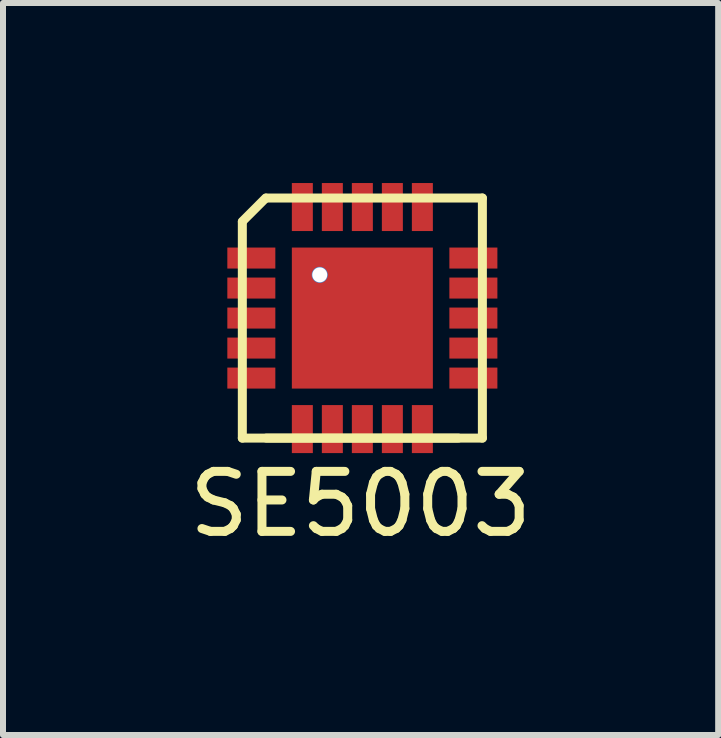
<source format=kicad_pcb>
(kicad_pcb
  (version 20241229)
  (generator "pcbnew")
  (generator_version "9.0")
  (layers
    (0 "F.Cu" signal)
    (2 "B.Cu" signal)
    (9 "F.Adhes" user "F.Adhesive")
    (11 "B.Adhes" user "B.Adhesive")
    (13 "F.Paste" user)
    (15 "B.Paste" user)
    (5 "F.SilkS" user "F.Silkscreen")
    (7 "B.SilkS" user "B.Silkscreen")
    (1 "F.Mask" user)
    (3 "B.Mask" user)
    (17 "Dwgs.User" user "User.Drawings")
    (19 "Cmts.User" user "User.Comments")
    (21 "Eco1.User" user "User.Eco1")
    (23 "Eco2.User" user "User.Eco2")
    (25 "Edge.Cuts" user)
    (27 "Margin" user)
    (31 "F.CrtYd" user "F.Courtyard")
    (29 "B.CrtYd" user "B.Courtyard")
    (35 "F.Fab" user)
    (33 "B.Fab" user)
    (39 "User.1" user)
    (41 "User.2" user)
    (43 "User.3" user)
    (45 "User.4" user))
  (footprint "SE5003"
    (layer "F.Cu")
    (at 2.988 2.25)
    (property "Reference" "SE5003" (at -0.03 3.1 0) (layer "F.SilkS") (effects (font (size 1 1) (thickness 0.15))))
    (attr through_hole)
    (fp_line (start -2 -1.61) (end -1.61 -2) (stroke (width 0.15) (type solid)) (layer "F.SilkS"))
    (fp_line (start -2 2) (end -2 -1.6) (stroke (width 0.15) (type solid)) (layer "F.SilkS"))
    (fp_line (start -2 2) (end 2 2) (stroke (width 0.15) (type solid)) (layer "F.SilkS"))
    (fp_line (start -1.6 -2) (end 2 -2) (stroke (width 0.15) (type solid)) (layer "F.SilkS"))
    (fp_line (start -1.6 2) (end 1.6 2) (stroke (width 0.15) (type solid)) (layer "F.SilkS"))
    (fp_line (start 2 -2) (end 2 2) (stroke (width 0.15) (type solid)) (layer "F.SilkS"))
    (pad "1" smd rect (at -1.85 -1 90) (size 0.35 0.8) (layers "F.Cu" "F.Mask" "F.Paste"))
    (pad "2" smd rect (at -1.85 -0.5 90) (size 0.35 0.8) (layers "F.Cu" "F.Mask" "F.Paste"))
    (pad "2" smd rect (at 0 0) (size 2.35 2.35) (layers "F.Cu" "F.Mask" "F.Paste"))
    (pad "3" smd rect (at -1.85 0 90) (size 0.35 0.8) (layers "F.Cu" "F.Mask" "F.Paste"))
    (pad "4" smd rect (at -1.85 0.5 90) (size 0.35 0.8) (layers "F.Cu" "F.Mask" "F.Paste"))
    (pad "5" smd rect (at -1.85 1 90) (size 0.35 0.8) (layers "F.Cu" "F.Mask" "F.Paste"))
    (pad "6" smd rect (at -1 1.85) (size 0.35 0.8) (layers "F.Cu" "F.Mask" "F.Paste"))
    (pad "7" smd rect (at -0.5 1.85) (size 0.35 0.8) (layers "F.Cu" "F.Mask" "F.Paste"))
    (pad "8" smd rect (at 0 1.85) (size 0.35 0.8) (layers "F.Cu" "F.Mask" "F.Paste"))
    (pad "9" smd rect (at 0.5 1.85) (size 0.35 0.8) (layers "F.Cu" "F.Mask" "F.Paste"))
    (pad "10" smd rect (at 1 1.85) (size 0.35 0.8) (layers "F.Cu" "F.Mask" "F.Paste"))
    (pad "11" smd rect (at 1.85 1 90) (size 0.35 0.8) (layers "F.Cu" "F.Mask" "F.Paste"))
    (pad "12" smd rect (at 1.85 0.5 90) (size 0.35 0.8) (layers "F.Cu" "F.Mask" "F.Paste"))
    (pad "13" smd rect (at 1.85 0 90) (size 0.35 0.8) (layers "F.Cu" "F.Mask" "F.Paste"))
    (pad "14" smd rect (at 1.85 -0.5 90) (size 0.35 0.8) (layers "F.Cu" "F.Mask" "F.Paste"))
    (pad "15" smd rect (at 1.85 -1 90) (size 0.35 0.8) (layers "F.Cu" "F.Mask" "F.Paste"))
    (pad "16" smd rect (at 1 -1.85) (size 0.35 0.8) (layers "F.Cu" "F.Mask" "F.Paste"))
    (pad "17" smd rect (at 0.5 -1.85) (size 0.35 0.8) (layers "F.Cu" "F.Mask" "F.Paste"))
    (pad "18" smd rect (at 0 -1.85) (size 0.35 0.8) (layers "F.Cu" "F.Mask" "F.Paste"))
    (pad "19" smd rect (at -0.5 -1.85) (size 0.35 0.8) (layers "F.Cu" "F.Mask" "F.Paste"))
    (pad "20" smd rect (at -1 -1.85) (size 0.35 0.8) (layers "F.Cu" "F.Mask" "F.Paste"))
    (pad "PAD1" thru_hole circle (at -0.71 -0.72) (size 0.27 0.27) (drill 0.25) (layers "*.Cu" "*.Mask")))
  (gr_rect
    (start -3 -3)
    (end 8.917 9.198)
    (stroke (width 0.1) (type default))
    (fill no)
    (layer "Edge.Cuts")))
</source>
